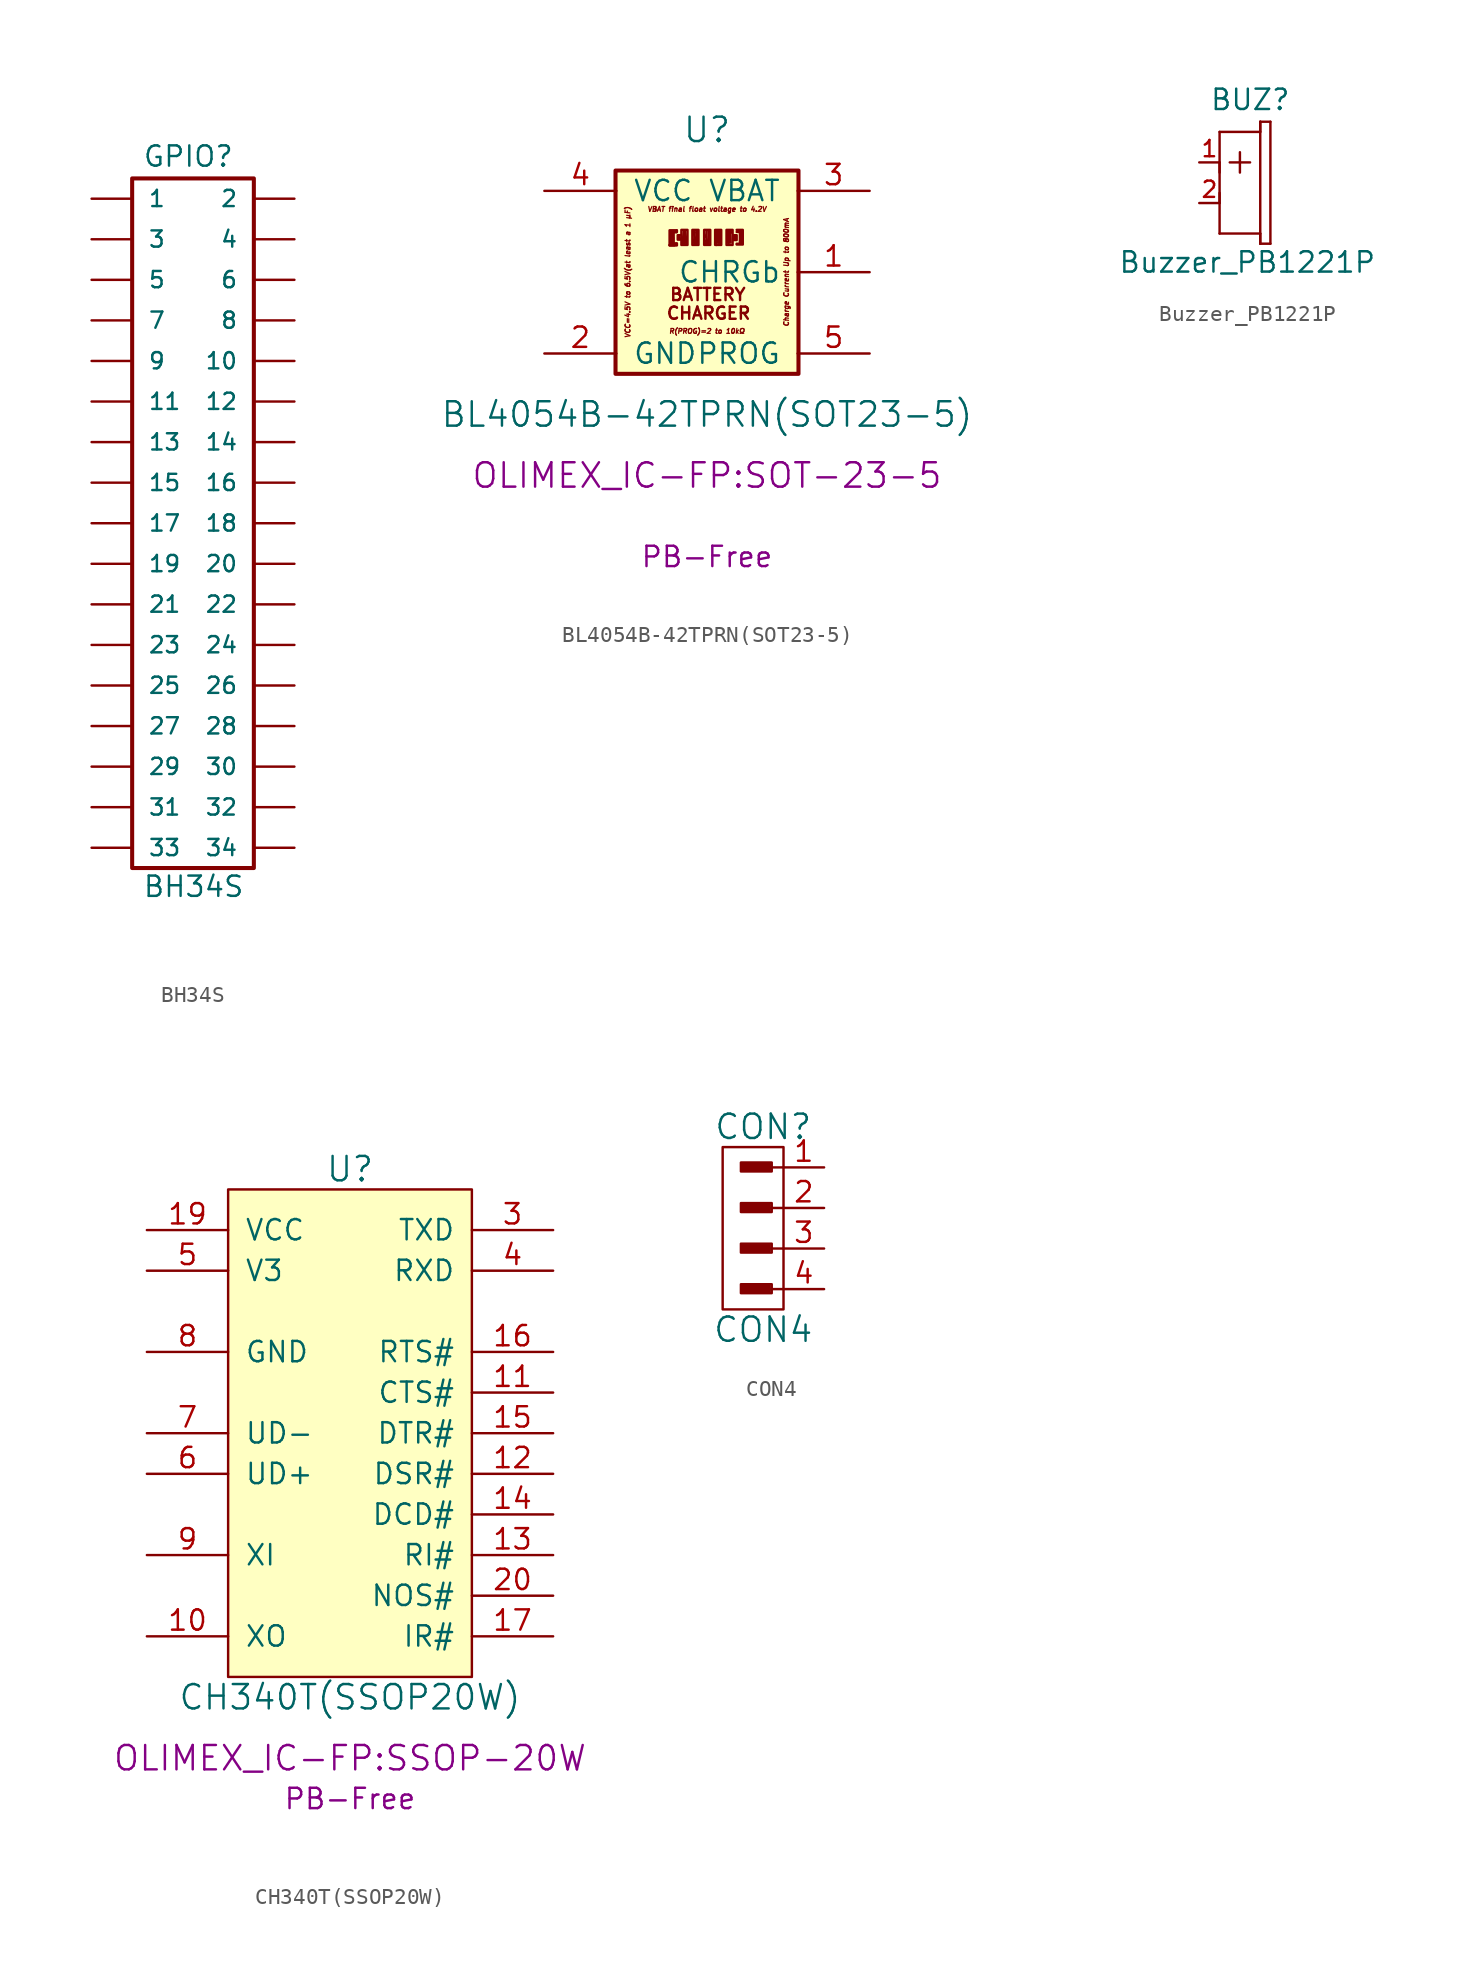
<source format=kicad_sym>
(kicad_symbol_lib
  (version 20241209)
  (generator "kicad_symbol_editor")
  (generator_version "9.0")
  (symbol "BH34S"
    (pin_numbers
      (hide yes))
    (pin_names
      (offset 1.016))
    (property "Reference" "GPIO"
      (at -4.445 22.225 0)
      (effects (font (size 1.27 1.27)) (justify left bottom)))
    (property "Value" "BH34S"
      (at -4.445 -23.495 0)
      (effects (font (size 1.27 1.27)) (justify left bottom)))
    (property "Datasheet" ""
      (at 0 -2.54 0)
      (effects (font (size 1.524 1.524))))
    (property "ki_locked" ""
      (at 0 0 0)
      (effects (font (size 1.27 1.27))))
    (symbol "BH34S_1_0"
      (rectangle (start 2.54 -21.59) (end -5.08 21.59) (stroke (width 0.254) (type solid)) (fill (type none))))
    (symbol "BH34S_1_1"
      (pin passive line (at -7.62 20.32 0) (length 2.489) (name "1" (effects (font (size 1.016 1.016)))) (number "1" (effects (font (size 1.016 1.016)))))
      (pin passive line (at -7.62 17.78 0) (length 2.489) (name "3" (effects (font (size 1.016 1.016)))) (number "3" (effects (font (size 1.016 1.016)))))
      (pin passive line (at -7.62 15.24 0) (length 2.489) (name "5" (effects (font (size 1.016 1.016)))) (number "5" (effects (font (size 1.016 1.016)))))
      (pin passive line (at -7.62 12.7 0) (length 2.489) (name "7" (effects (font (size 1.016 1.016)))) (number "7" (effects (font (size 1.016 1.016)))))
      (pin passive line (at -7.62 10.16 0) (length 2.489) (name "9" (effects (font (size 1.016 1.016)))) (number "9" (effects (font (size 1.016 1.016)))))
      (pin passive line (at -7.62 7.62 0) (length 2.489) (name "11" (effects (font (size 1.016 1.016)))) (number "11" (effects (font (size 1.016 1.016)))))
      (pin passive line (at -7.62 5.08 0) (length 2.489) (name "13" (effects (font (size 1.016 1.016)))) (number "13" (effects (font (size 1.016 1.016)))))
      (pin passive line (at -7.62 2.54 0) (length 2.489) (name "15" (effects (font (size 1.016 1.016)))) (number "15" (effects (font (size 1.016 1.016)))))
      (pin passive line (at -7.62 0 0) (length 2.489) (name "17" (effects (font (size 1.016 1.016)))) (number "17" (effects (font (size 1.016 1.016)))))
      (pin passive line (at -7.62 -2.54 0) (length 2.489) (name "19" (effects (font (size 1.016 1.016)))) (number "19" (effects (font (size 1.016 1.016)))))
      (pin passive line (at -7.62 -5.08 0) (length 2.489) (name "21" (effects (font (size 1.016 1.016)))) (number "21" (effects (font (size 1.016 1.016)))))
      (pin passive line (at -7.62 -7.62 0) (length 2.489) (name "23" (effects (font (size 1.016 1.016)))) (number "23" (effects (font (size 1.016 1.016)))))
      (pin passive line (at -7.62 -10.16 0) (length 2.489) (name "25" (effects (font (size 1.016 1.016)))) (number "25" (effects (font (size 1.016 1.016)))))
      (pin passive line (at -7.62 -12.7 0) (length 2.489) (name "27" (effects (font (size 1.016 1.016)))) (number "27" (effects (font (size 1.016 1.016)))))
      (pin passive line (at -7.62 -15.24 0) (length 2.489) (name "29" (effects (font (size 1.016 1.016)))) (number "29" (effects (font (size 1.016 1.016)))))
      (pin passive line (at -7.62 -17.78 0) (length 2.489) (name "31" (effects (font (size 1.016 1.016)))) (number "31" (effects (font (size 1.016 1.016)))))
      (pin passive line (at -7.62 -20.32 0) (length 2.489) (name "33" (effects (font (size 1.016 1.016)))) (number "33" (effects (font (size 1.016 1.016)))))
      (pin passive line (at 5.08 20.32 180) (length 2.489) (name "2" (effects (font (size 1.016 1.016)))) (number "2" (effects (font (size 1.016 1.016)))))
      (pin passive line (at 5.08 17.78 180) (length 2.489) (name "4" (effects (font (size 1.016 1.016)))) (number "4" (effects (font (size 1.016 1.016)))))
      (pin passive line (at 5.08 15.24 180) (length 2.489) (name "6" (effects (font (size 1.016 1.016)))) (number "6" (effects (font (size 1.016 1.016)))))
      (pin passive line (at 5.08 12.7 180) (length 2.489) (name "8" (effects (font (size 1.016 1.016)))) (number "8" (effects (font (size 1.016 1.016)))))
      (pin passive line (at 5.08 10.16 180) (length 2.489) (name "10" (effects (font (size 1.016 1.016)))) (number "10" (effects (font (size 1.016 1.016)))))
      (pin passive line (at 5.08 7.62 180) (length 2.489) (name "12" (effects (font (size 1.016 1.016)))) (number "12" (effects (font (size 1.016 1.016)))))
      (pin passive line (at 5.08 5.08 180) (length 2.489) (name "14" (effects (font (size 1.016 1.016)))) (number "14" (effects (font (size 1.016 1.016)))))
      (pin passive line (at 5.08 2.54 180) (length 2.489) (name "16" (effects (font (size 1.016 1.016)))) (number "16" (effects (font (size 1.016 1.016)))))
      (pin passive line (at 5.08 0 180) (length 2.489) (name "18" (effects (font (size 1.016 1.016)))) (number "18" (effects (font (size 1.016 1.016)))))
      (pin passive line (at 5.08 -2.54 180) (length 2.489) (name "20" (effects (font (size 1.016 1.016)))) (number "20" (effects (font (size 1.016 1.016)))))
      (pin passive line (at 5.08 -5.08 180) (length 2.489) (name "22" (effects (font (size 1.016 1.016)))) (number "22" (effects (font (size 1.016 1.016)))))
      (pin passive line (at 5.08 -7.62 180) (length 2.489) (name "24" (effects (font (size 1.016 1.016)))) (number "24" (effects (font (size 1.016 1.016)))))
      (pin passive line (at 5.08 -10.16 180) (length 2.489) (name "26" (effects (font (size 1.016 1.016)))) (number "26" (effects (font (size 1.016 1.016)))))
      (pin passive line (at 5.08 -12.7 180) (length 2.489) (name "28" (effects (font (size 1.016 1.016)))) (number "28" (effects (font (size 1.016 1.016)))))
      (pin passive line (at 5.08 -15.24 180) (length 2.489) (name "30" (effects (font (size 1.016 1.016)))) (number "30" (effects (font (size 1.016 1.016)))))
      (pin passive line (at 5.08 -17.78 180) (length 2.489) (name "32" (effects (font (size 1.016 1.016)))) (number "32" (effects (font (size 1.016 1.016)))))
      (pin passive line (at 5.08 -20.32 180) (length 2.489) (name "34" (effects (font (size 1.016 1.016)))) (number "34" (effects (font (size 1.016 1.016)))))))
  (symbol "BL4054B-42TPRN(SOT23-5)"
    (pin_names
      (offset 1.016))
    (property "Reference" "U"
      (at 0 8.89 0)
      (effects (font (size 1.524 1.524))))
    (property "Value" "BL4054B-42TPRN(SOT23-5)"
      (at 0 -8.89 0)
      (effects (font (size 1.524 1.524))))
    (property "Footprint" "OLIMEX_IC-FP:SOT-23-5"
      (at 0 -12.7 0)
      (effects (font (size 1.524 1.524))))
    (property "Datasheet" ""
      (at 0 0.635 0)
      (effects (font (size 1.524 1.524))))
    (property "Note" "PB-Free"
      (at 0 -17.78 0)
      (effects (font (size 1.27 1.27))))
    (symbol "BL4054B-42TPRN(SOT23-5)_0_0"
      (text "VCC=4.5V to 6.5V(at least a 1 μF)" (at -4.953 0 900) (effects (font (size 0.305 0.305) (italic yes))))
      (text "VBAT final float voltage to 4.2V" (at 0 3.937 0) (effects (font (size 0.305 0.305) (italic yes))))
      (text "R(PROG)=2 to 10kΩ" (at 0 -3.683 0) (effects (font (size 0.305 0.305) (italic yes))))
      (text "Charge Current Up to 800mA" (at 4.953 0 900) (effects (font (size 0.305 0.305) (italic yes)))))
    (symbol "BL4054B-42TPRN(SOT23-5)_1_0"
      (polyline (pts (xy -2.337 1.702) (xy -1.88 1.702)) (stroke (width 0) (type solid)) (fill (type none)))
      (polyline (pts (xy -2.337 1.676) (xy -1.88 1.676)) (stroke (width 0) (type solid)) (fill (type none)))
      (polyline (pts (xy -2.134 2.515) (xy -2.159 1.829)) (stroke (width 0) (type solid)) (fill (type none)))
      (polyline (pts (xy -2.108 2.134) (xy -2.134 1.727)) (stroke (width 0) (type solid)) (fill (type none)))
      (polyline (pts (xy -2.083 1.727) (xy -2.083 2.464)) (stroke (width 0) (type solid)) (fill (type none)))
      (polyline (pts (xy -2.057 2.489) (xy -1.905 2.489)) (stroke (width 0) (type solid)) (fill (type none)))
      (polyline (pts (xy -1.93 1.803) (xy -2.007 1.803)) (stroke (width 0) (type solid)) (fill (type none)))
      (polyline (pts (xy -1.905 2.616) (xy -2.337 2.616) (xy -2.337 1.727) (xy -2.337 1.676) (xy -2.032 1.676) (xy -2.032 1.778) (xy -2.235 1.778) (xy -2.261 2.54) (xy -1.93 2.54) (xy -1.93 2.515) (xy -1.93 2.54)) (stroke (width 0) (type solid)) (fill (type none)))
      (polyline (pts (xy -1.88 2.616) (xy -1.88 2.515)) (stroke (width 0) (type solid)) (fill (type none)))
      (polyline (pts (xy -1.88 1.727) (xy -1.88 1.803)) (stroke (width 0) (type solid)) (fill (type none)))
      (polyline (pts (xy -1.651 2.311) (xy -1.829 2.311) (xy -1.829 2.032) (xy -1.676 2.032) (xy -1.727 2.235)) (stroke (width 0) (type solid)) (fill (type none)))
      (polyline (pts (xy -1.27 1.778) (xy -1.372 2.565) (xy -1.422 1.778) (xy -1.448 2.591) (xy -1.524 1.829)) (stroke (width 0) (type solid)) (fill (type none)))
      (rectangle (start -1.219 1.702) (end -1.6 2.642) (stroke (width 0) (type solid)) (fill (type none)))
      (polyline (pts (xy -0.864 2.565) (xy -0.686 1.905)) (stroke (width 0) (type solid)) (fill (type none)))
      (polyline (pts (xy -0.686 1.803) (xy -0.813 1.829) (xy -0.762 2.515)) (stroke (width 0) (type solid)) (fill (type none)))
      (polyline (pts (xy -0.635 2.565) (xy -0.635 1.803)) (stroke (width 0) (type solid)) (fill (type none)))
      (rectangle (start -0.533 1.702) (end -0.914 2.642) (stroke (width 0) (type solid)) (fill (type none)))
      (polyline (pts (xy -0.076 2.286) (xy 0.025 1.829)) (stroke (width 0) (type solid)) (fill (type none)))
      (polyline (pts (xy -0.051 2.21) (xy -0.025 2.591)) (stroke (width 0) (type solid)) (fill (type none)))
      (polyline (pts (xy -0.051 1.829) (xy -0.076 1.778)) (stroke (width 0) (type solid)) (fill (type none)))
      (polyline (pts (xy 0 1.829) (xy -0.102 1.981)) (stroke (width 0) (type solid)) (fill (type none)))
      (polyline (pts (xy 0.076 1.803) (xy 0.102 2.54)) (stroke (width 0) (type solid)) (fill (type none)))
      (rectangle (start 0.203 1.702) (end -0.178 2.642) (stroke (width 0) (type solid)) (fill (type none)))
      (polyline (pts (xy 0.584 2.515) (xy 0.584 1.702)) (stroke (width 0) (type solid)) (fill (type none)))
      (polyline (pts (xy 0.787 2.565) (xy 0.762 1.829) (xy 0.635 1.854) (xy 0.66 2.54)) (stroke (width 0) (type solid)) (fill (type none)))
      (rectangle (start 0.889 1.702) (end 0.508 2.642) (stroke (width 0) (type solid)) (fill (type none)))
      (polyline (pts (xy 1.321 2.54) (xy 1.321 1.829) (xy 1.473 1.854) (xy 1.448 2.464)) (stroke (width 0) (type solid)) (fill (type none)))
      (polyline (pts (xy 1.422 2.515) (xy 1.397 2.565) (xy 1.473 2.565)) (stroke (width 0) (type solid)) (fill (type none)))
      (polyline (pts (xy 1.499 2.464) (xy 1.473 2.565)) (stroke (width 0) (type solid)) (fill (type none)))
      (rectangle (start 1.6 1.702) (end 1.219 2.642) (stroke (width 0) (type solid)) (fill (type none)))
      (polyline (pts (xy 1.676 2.311) (xy 1.854 2.311) (xy 1.854 2.007) (xy 1.651 2.007) (xy 1.753 2.184) (xy 1.753 2.159)) (stroke (width 0) (type solid)) (fill (type none)))
      (polyline (pts (xy 1.702 2.134) (xy 1.702 2.21)) (stroke (width 0) (type solid)) (fill (type none)))
      (polyline (pts (xy 1.854 2.642) (xy 2.235 2.642) (xy 2.235 1.727) (xy 1.854 1.727) (xy 2.134 1.727) (xy 2.134 2.591)) (stroke (width 0) (type solid)) (fill (type none)))
      (polyline (pts (xy 2.032 1.778) (xy 1.854 1.778)) (stroke (width 0) (type solid)) (fill (type none)))
      (polyline (pts (xy 2.057 2.515) (xy 2.057 1.803)) (stroke (width 0) (type solid)) (fill (type none)))
      (polyline (pts (xy 2.108 2.515) (xy 1.854 2.515)) (stroke (width 0) (type solid)) (fill (type none)))
      (text "BATTERY" (at 0.051 -1.397 0) (effects (font (size 0.762 0.762))))
      (text "CHARGER" (at 0.102 -2.565 0) (effects (font (size 0.762 0.762)))))
    (symbol "BL4054B-42TPRN(SOT23-5)_1_1"
      (polyline (pts (xy -5.715 6.35) (xy -5.715 -6.35) (xy 5.715 -6.35) (xy 5.715 6.35) (xy -5.715 6.35)) (stroke (width 0.254) (type solid)) (fill (type background)))
      (pin power_in line (at -10.16 5.08 0) (length 4.496) (name "VCC" (effects (font (size 1.27 1.27)))) (number "4" (effects (font (size 1.27 1.27)))))
      (pin power_in line (at -10.16 -5.08 0) (length 4.496) (name "GND" (effects (font (size 1.27 1.27)))) (number "2" (effects (font (size 1.27 1.27)))))
      (pin output line (at 10.16 5.08 180) (length 4.496) (name "VBAT" (effects (font (size 1.27 1.27)))) (number "3" (effects (font (size 1.27 1.27)))))
      (pin open_collector line (at 10.16 0 180) (length 4.496) (name "CHRGb" (effects (font (size 1.27 1.27)))) (number "1" (effects (font (size 1.27 1.27)))))
      (pin input line (at 10.16 -5.08 180) (length 4.496) (name "PROG" (effects (font (size 1.27 1.27)))) (number "5" (effects (font (size 1.27 1.27)))))))
  (symbol "Buzzer_PB1221P"
    (pin_names
      (offset 1.016)
      (hide yes))
    (property "Reference" "BUZ"
      (at -1.905 5.715 0)
      (effects (font (size 1.27 1.27)) (justify left bottom)))
    (property "Value" "Buzzer_PB1221P"
      (at -7.62 -4.445 0)
      (effects (font (size 1.27 1.27)) (justify left bottom)))
    (property "Datasheet" ""
      (at 0 0 90)
      (effects (font (size 1.524 1.524))))
    (symbol "Buzzer_PB1221P_1_0"
      (polyline (pts (xy -1.27 4.445) (xy 1.27 4.445)) (stroke (width 0) (type solid)) (fill (type none)))
      (polyline (pts (xy -1.27 1.905) (xy -1.27 4.445)) (stroke (width 0) (type solid)) (fill (type none)))
      (polyline (pts (xy -1.27 0) (xy -1.27 2.54)) (stroke (width 0) (type solid)) (fill (type none)))
      (polyline (pts (xy -1.27 -1.905) (xy -1.27 0.635)) (stroke (width 0) (type solid)) (fill (type none)))
      (polyline (pts (xy -0.635 2.54) (xy 0 2.54)) (stroke (width 0) (type solid)) (fill (type none)))
      (polyline (pts (xy 0 2.54) (xy 0 3.175)) (stroke (width 0) (type solid)) (fill (type none)))
      (polyline (pts (xy 0 1.905) (xy 0 2.54)) (stroke (width 0) (type solid)) (fill (type none)))
      (polyline (pts (xy 0.635 2.54) (xy 0 2.54)) (stroke (width 0) (type solid)) (fill (type none)))
      (polyline (pts (xy 1.27 5.08) (xy 1.905 5.08)) (stroke (width 0) (type solid)) (fill (type none)))
      (polyline (pts (xy 1.27 4.445) (xy 1.27 5.08)) (stroke (width 0) (type solid)) (fill (type none)))
      (polyline (pts (xy 1.27 -1.905) (xy -1.27 -1.905)) (stroke (width 0) (type solid)) (fill (type none)))
      (polyline (pts (xy 1.27 -2.54) (xy 1.27 5.08)) (stroke (width 0) (type solid)) (fill (type none)))
      (polyline (pts (xy 1.27 -2.54) (xy 1.27 -1.905)) (stroke (width 0) (type solid)) (fill (type none)))
      (polyline (pts (xy 1.905 5.08) (xy 1.905 -2.54)) (stroke (width 0) (type solid)) (fill (type none)))
      (polyline (pts (xy 1.905 -2.54) (xy 1.27 -2.54)) (stroke (width 0) (type solid)) (fill (type none))))
    (symbol "Buzzer_PB1221P_1_1"
      (pin passive line (at -2.54 2.54 0) (length 1.27) (name "PLUS" (effects (font (size 1.016 1.016)))) (number "1" (effects (font (size 1.016 1.016)))))
      (pin passive line (at -2.54 0 0) (length 1.27) (name "MINUS" (effects (font (size 1.016 1.016)))) (number "2" (effects (font (size 1.016 1.016)))))))
  (symbol "CH340T(SSOP20W)"
    (pin_names
      (offset 1.016))
    (property "Reference" "U"
      (at 0 16.51 0)
      (effects (font (size 1.524 1.524))))
    (property "Value" "CH340T(SSOP20W)"
      (at 0 -16.51 0)
      (effects (font (size 1.524 1.524))))
    (property "Footprint" "OLIMEX_IC-FP:SSOP-20W"
      (at 0 -20.32 0)
      (effects (font (size 1.524 1.524))))
    (property "Datasheet" ""
      (at 0 0 0)
      (effects (font (size 1.524 1.524))))
    (property "Note" "PB-Free"
      (at 0 -22.86 0)
      (effects (font (size 1.27 1.27))))
    (symbol "CH340T(SSOP20W)_0_1"
      (rectangle (start -7.62 15.24) (end 7.62 -15.24) (stroke (width 0) (type solid)) (fill (type background))))
    (symbol "CH340T(SSOP20W)_1_1"
      (pin power_in line (at -12.7 12.7 0) (length 5.08) (name "VCC" (effects (font (size 1.27 1.27)))) (number "19" (effects (font (size 1.27 1.27)))))
      (pin power_in line (at -12.7 10.16 0) (length 5.08) (name "V3" (effects (font (size 1.27 1.27)))) (number "5" (effects (font (size 1.27 1.27)))))
      (pin power_in line (at -12.7 5.08 0) (length 5.08) (name "GND" (effects (font (size 1.27 1.27)))) (number "8" (effects (font (size 1.27 1.27)))))
      (pin bidirectional line (at -12.7 0 0) (length 5.08) (name "UD-" (effects (font (size 1.27 1.27)))) (number "7" (effects (font (size 1.27 1.27)))))
      (pin bidirectional line (at -12.7 -2.54 0) (length 5.08) (name "UD+" (effects (font (size 1.27 1.27)))) (number "6" (effects (font (size 1.27 1.27)))))
      (pin input line (at -12.7 -7.62 0) (length 5.08) (name "XI" (effects (font (size 1.27 1.27)))) (number "9" (effects (font (size 1.27 1.27)))))
      (pin output line (at -12.7 -12.7 0) (length 5.08) (name "XO" (effects (font (size 1.27 1.27)))) (number "10" (effects (font (size 1.27 1.27)))))
      (pin output line (at 12.7 12.7 180) (length 5.08) (name "TXD" (effects (font (size 1.27 1.27)))) (number "3" (effects (font (size 1.27 1.27)))))
      (pin input line (at 12.7 10.16 180) (length 5.08) (name "RXD" (effects (font (size 1.27 1.27)))) (number "4" (effects (font (size 1.27 1.27)))))
      (pin output line (at 12.7 5.08 180) (length 5.08) (name "RTS#" (effects (font (size 1.27 1.27)))) (number "16" (effects (font (size 1.27 1.27)))))
      (pin input line (at 12.7 2.54 180) (length 5.08) (name "CTS#" (effects (font (size 1.27 1.27)))) (number "11" (effects (font (size 1.27 1.27)))))
      (pin output line (at 12.7 0 180) (length 5.08) (name "DTR#" (effects (font (size 1.27 1.27)))) (number "15" (effects (font (size 1.27 1.27)))))
      (pin input line (at 12.7 -2.54 180) (length 5.08) (name "DSR#" (effects (font (size 1.27 1.27)))) (number "12" (effects (font (size 1.27 1.27)))))
      (pin input line (at 12.7 -5.08 180) (length 5.08) (name "DCD#" (effects (font (size 1.27 1.27)))) (number "14" (effects (font (size 1.27 1.27)))))
      (pin input line (at 12.7 -7.62 180) (length 5.08) (name "RI#" (effects (font (size 1.27 1.27)))) (number "13" (effects (font (size 1.27 1.27)))))
      (pin input line (at 12.7 -10.16 180) (length 5.08) (name "NOS#" (effects (font (size 1.27 1.27)))) (number "20" (effects (font (size 1.27 1.27)))))
      (pin input line (at 12.7 -12.7 180) (length 5.08) (name "IR#" (effects (font (size 1.27 1.27)))) (number "17" (effects (font (size 1.27 1.27)))))))
  (symbol "CON4"
    (pin_names
      (offset 1.016))
    (property "Reference" "CON"
      (at -1.27 5.08 0)
      (effects (font (size 1.524 1.524))))
    (property "Value" "CON4"
      (at -1.27 -7.62 0)
      (effects (font (size 1.524 1.524))))
    (property "Footprint" ""
      (at -1.905 1.27 0)
      (effects (font (size 1.524 1.524))))
    (property "Datasheet" ""
      (at -1.905 1.27 0)
      (effects (font (size 1.524 1.524))))
    (symbol "CON4_0_0"
      (rectangle (start -2.642 -0.152) (end -0.864 0.203) (stroke (width 0) (type solid)) (fill (type none)))
      (rectangle (start -2.642 -2.692) (end -0.864 -2.337) (stroke (width 0) (type solid)) (fill (type none)))
      (rectangle (start -2.642 -5.232) (end -0.864 -4.877) (stroke (width 0) (type solid)) (fill (type none)))
      (rectangle (start -2.616 2.388) (end -0.838 2.743) (stroke (width 0) (type solid)) (fill (type none)))
      (rectangle (start -2.616 -0.051) (end -0.965 0.051) (stroke (width 0) (type solid)) (fill (type none)))
      (rectangle (start -2.616 -2.591) (end -0.965 -2.489) (stroke (width 0) (type solid)) (fill (type none)))
      (rectangle (start -2.616 -5.131) (end -0.965 -5.029) (stroke (width 0) (type solid)) (fill (type none)))
      (rectangle (start -2.591 2.515) (end -0.94 2.616) (stroke (width 0) (type solid)) (fill (type none)))
      (rectangle (start -0.965 0.127) (end -2.642 -0.076) (stroke (width 0) (type solid)) (fill (type none)))
      (rectangle (start -0.965 -2.413) (end -2.642 -2.616) (stroke (width 0) (type solid)) (fill (type none)))
      (rectangle (start -0.965 -4.953) (end -2.642 -5.156) (stroke (width 0) (type solid)) (fill (type none)))
      (rectangle (start -0.864 2.642) (end -2.54 2.438) (stroke (width 0) (type solid)) (fill (type none)))
      (rectangle (start -0.737 2.845) (end -2.667 2.286) (stroke (width 0) (type solid)) (fill (type none)))
      (rectangle (start -0.737 0.305) (end -2.667 -0.254) (stroke (width 0) (type solid)) (fill (type none)))
      (rectangle (start -0.737 -2.235) (end -2.667 -2.794) (stroke (width 0) (type solid)) (fill (type none)))
      (rectangle (start -0.737 -4.775) (end -2.667 -5.334) (stroke (width 0) (type solid)) (fill (type none)))
      (polyline (pts (xy 0 2.54) (xy -0.762 2.54)) (stroke (width 0) (type solid)) (fill (type none)))
      (polyline (pts (xy 0 0) (xy -0.762 0)) (stroke (width 0) (type solid)) (fill (type none)))
      (polyline (pts (xy 0 -2.54) (xy -0.762 -2.54)) (stroke (width 0) (type solid)) (fill (type none)))
      (polyline (pts (xy 0 -5.08) (xy -0.762 -5.08)) (stroke (width 0) (type solid)) (fill (type none))))
    (symbol "CON4_0_1"
      (rectangle (start -3.81 3.81) (end 0 -6.35) (stroke (width 0) (type solid)) (fill (type none))))
    (symbol "CON4_1_1"
      (pin passive line (at 2.54 2.54 180) (length 2.54) (name "~" (effects (font (size 1.27 1.27)))) (number "1" (effects (font (size 1.27 1.27)))))
      (pin passive line (at 2.54 0 180) (length 2.54) (name "~" (effects (font (size 1.27 1.27)))) (number "2" (effects (font (size 1.27 1.27)))))
      (pin passive line (at 2.54 -2.54 180) (length 2.54) (name "~" (effects (font (size 1.27 1.27)))) (number "3" (effects (font (size 1.27 1.27)))))
      (pin passive line (at 2.54 -5.08 180) (length 2.54) (name "~" (effects (font (size 1.27 1.27)))) (number "4" (effects (font (size 1.27 1.27))))))))
</source>
